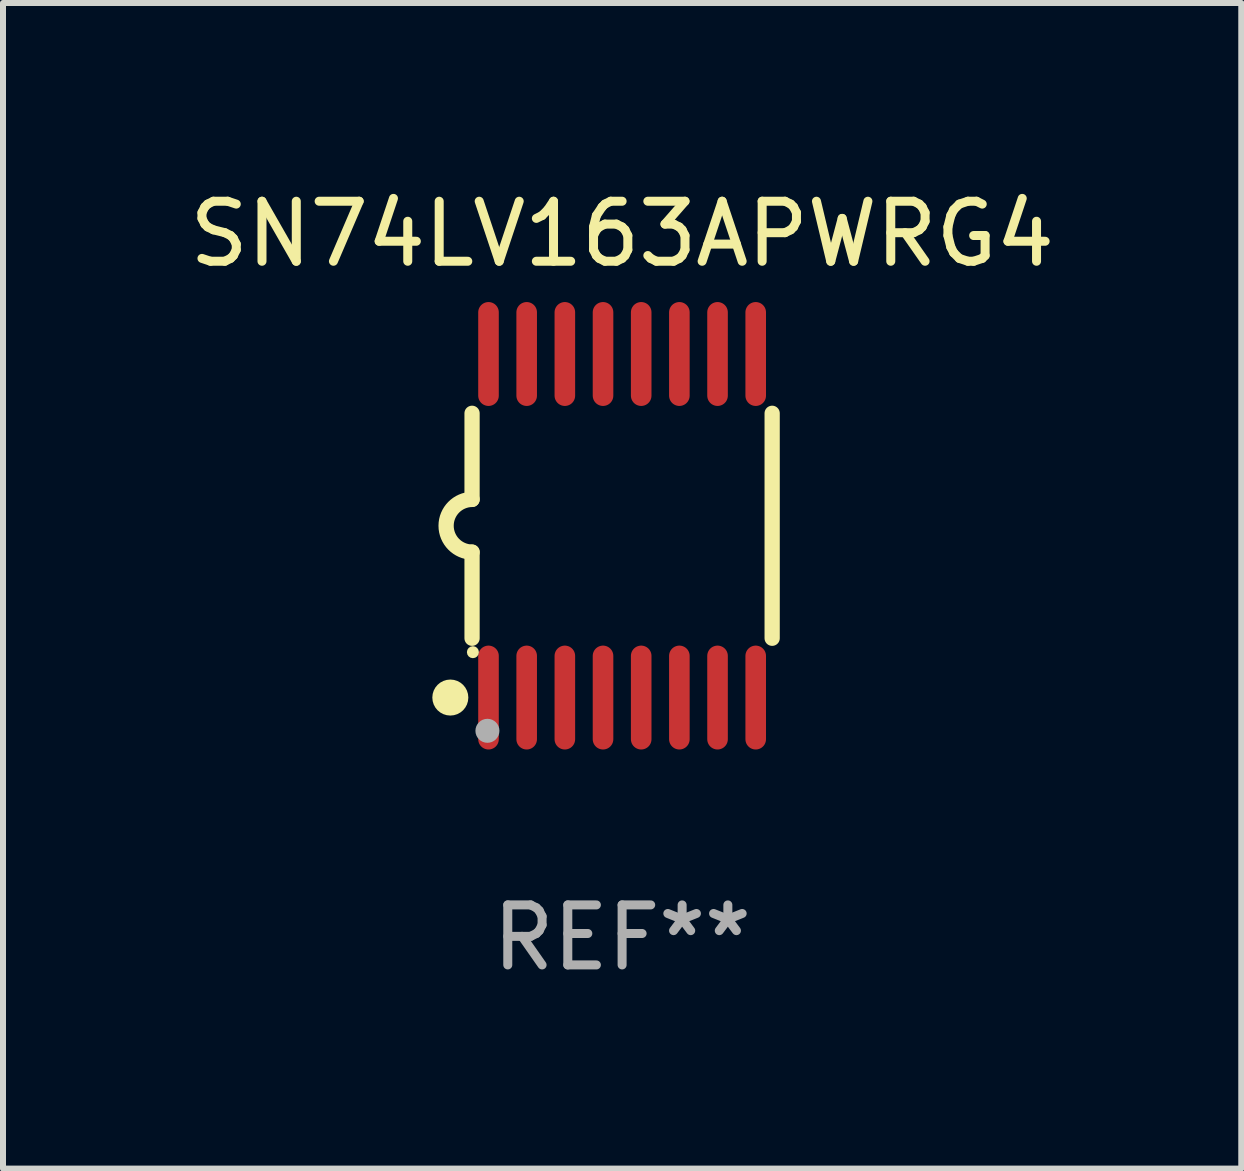
<source format=kicad_pcb>
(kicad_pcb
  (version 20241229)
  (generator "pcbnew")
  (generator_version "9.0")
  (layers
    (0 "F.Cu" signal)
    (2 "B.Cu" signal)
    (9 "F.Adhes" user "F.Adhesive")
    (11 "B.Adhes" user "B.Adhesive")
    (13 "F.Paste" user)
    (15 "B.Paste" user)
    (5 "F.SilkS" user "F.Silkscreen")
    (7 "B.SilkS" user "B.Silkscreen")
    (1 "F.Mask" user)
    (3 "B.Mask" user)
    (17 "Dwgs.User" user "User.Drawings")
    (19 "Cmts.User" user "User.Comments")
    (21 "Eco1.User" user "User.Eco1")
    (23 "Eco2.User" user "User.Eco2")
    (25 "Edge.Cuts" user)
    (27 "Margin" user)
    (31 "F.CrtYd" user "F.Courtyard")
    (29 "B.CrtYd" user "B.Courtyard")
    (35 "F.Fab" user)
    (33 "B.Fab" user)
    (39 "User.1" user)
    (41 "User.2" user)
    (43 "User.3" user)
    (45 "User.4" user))
  (footprint "SN74LV163APWRG4"
    (layer "F.Cu")
    (at 7.315 5.71)
    (property "Reference" "SN74LV163APWRG4" (at 0 -4.862 0) (layer "F.SilkS") (effects (font (size 1 1) (thickness 0.15))))
    (attr through_hole)
    (fp_line (start -2.5 -1.874) (end -2.5 -0.439) (stroke (width 0.254) (type solid)) (layer "F.SilkS"))
    (fp_line (start -2.5 1.874) (end -2.5 0.439) (stroke (width 0.254) (type solid)) (layer "F.SilkS"))
    (fp_line (start 2.5 -1.874) (end 2.5 1.874) (stroke (width 0.254) (type solid)) (layer "F.SilkS"))
    (fp_arc (start -2.5 0.438989) (mid -2.938633 -0.000597) (end -2.499365 -0.439547) (stroke (width 0.254001) (type solid)) (layer "F.SilkS"))
    (fp_circle (center -2.862 2.862) (end -2.712 2.862) (stroke (width 0.3) (type solid)) (fill no) (layer "F.SilkS"))
    (fp_circle (center -2.486 2.106) (end -2.436 2.106) (stroke (width 0.1) (type solid)) (fill no) (layer "F.SilkS"))
    (fp_circle (center -2.244 3.416) (end -2.144 3.416) (stroke (width 0.2) (type solid)) (fill no) (layer "F.Fab"))
    (fp_text user "REF**" (at 0 6.862 0) (layer "F.Fab") (effects (font (size 1 1) (thickness 0.15))))
    (pad "1" smd oval (at -2.226 2.862) (size 0.343 1.731) (layers "F.Cu" "F.Mask" "F.Paste"))
    (pad "2" smd oval (at -1.59 2.862) (size 0.343 1.731) (layers "F.Cu" "F.Mask" "F.Paste"))
    (pad "3" smd oval (at -0.954 2.862) (size 0.343 1.731) (layers "F.Cu" "F.Mask" "F.Paste"))
    (pad "4" smd oval (at -0.318 2.862) (size 0.343 1.731) (layers "F.Cu" "F.Mask" "F.Paste"))
    (pad "5" smd oval (at 0.318 2.862) (size 0.343 1.731) (layers "F.Cu" "F.Mask" "F.Paste"))
    (pad "6" smd oval (at 0.954 2.862) (size 0.343 1.731) (layers "F.Cu" "F.Mask" "F.Paste"))
    (pad "7" smd oval (at 1.59 2.862) (size 0.343 1.731) (layers "F.Cu" "F.Mask" "F.Paste"))
    (pad "8" smd oval (at 2.226 2.862) (size 0.343 1.731) (layers "F.Cu" "F.Mask" "F.Paste"))
    (pad "9" smd oval (at 2.226 -2.862) (size 0.343 1.731) (layers "F.Cu" "F.Mask" "F.Paste"))
    (pad "10" smd oval (at 1.59 -2.862) (size 0.343 1.731) (layers "F.Cu" "F.Mask" "F.Paste"))
    (pad "11" smd oval (at 0.954 -2.862) (size 0.343 1.731) (layers "F.Cu" "F.Mask" "F.Paste"))
    (pad "12" smd oval (at 0.318 -2.862) (size 0.343 1.731) (layers "F.Cu" "F.Mask" "F.Paste"))
    (pad "13" smd oval (at -0.318 -2.862) (size 0.343 1.731) (layers "F.Cu" "F.Mask" "F.Paste"))
    (pad "14" smd oval (at -0.954 -2.862) (size 0.343 1.731) (layers "F.Cu" "F.Mask" "F.Paste"))
    (pad "15" smd oval (at -1.59 -2.862) (size 0.343 1.731) (layers "F.Cu" "F.Mask" "F.Paste"))
    (pad "16" smd oval (at -2.226 -2.862) (size 0.343 1.731) (layers "F.Cu" "F.Mask" "F.Paste")))
  (gr_rect
    (start -3 -3)
    (end 17.631 16.42)
    (stroke (width 0.1) (type default))
    (fill no)
    (layer "Edge.Cuts")))
</source>
